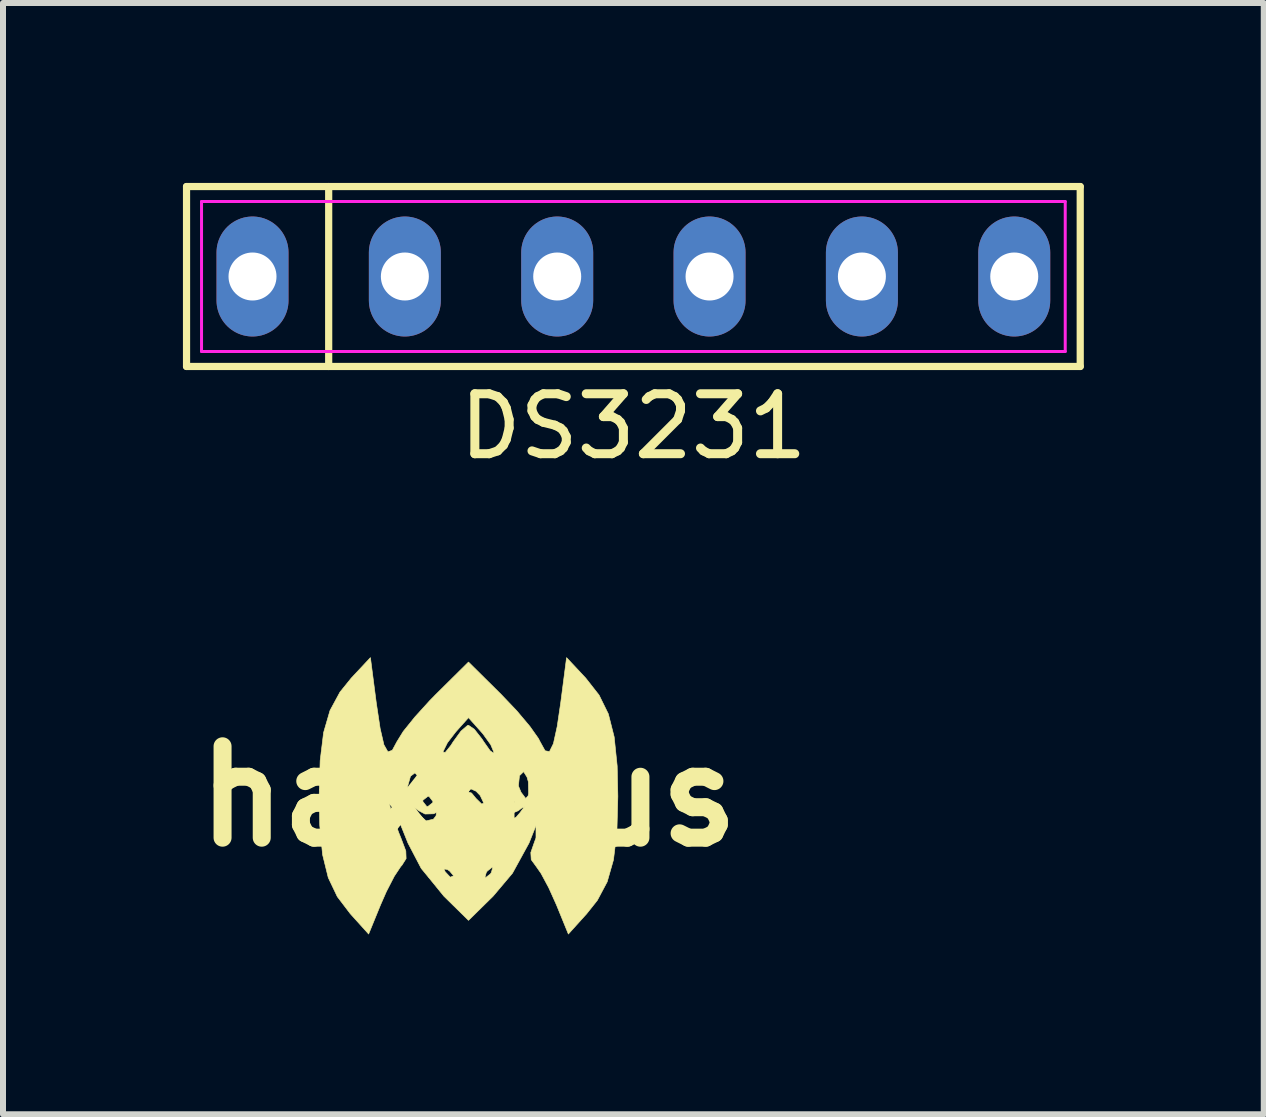
<source format=kicad_pcb>
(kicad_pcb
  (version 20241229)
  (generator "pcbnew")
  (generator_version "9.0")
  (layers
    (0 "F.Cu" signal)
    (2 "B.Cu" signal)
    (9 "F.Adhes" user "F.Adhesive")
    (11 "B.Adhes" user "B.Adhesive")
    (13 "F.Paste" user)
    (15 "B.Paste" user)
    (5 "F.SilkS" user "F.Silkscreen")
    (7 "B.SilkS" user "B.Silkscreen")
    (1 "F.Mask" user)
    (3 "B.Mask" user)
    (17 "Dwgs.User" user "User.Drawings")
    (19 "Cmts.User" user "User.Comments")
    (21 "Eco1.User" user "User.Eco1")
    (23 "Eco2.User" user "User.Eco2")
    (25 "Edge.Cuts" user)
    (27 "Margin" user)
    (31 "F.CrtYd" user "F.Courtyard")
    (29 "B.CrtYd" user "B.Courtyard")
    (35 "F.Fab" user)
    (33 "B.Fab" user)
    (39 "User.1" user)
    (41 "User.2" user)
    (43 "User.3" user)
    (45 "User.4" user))
  (footprint "DS3231"
    (layer "F.Cu")
    (at 7.51 1.56)
    (property "Reference" "DS3231" (at 0 2.5 0) (layer "F.SilkS") (effects (font (size 1 1) (thickness 0.15))))
    (attr through_hole)
    (fp_line (start -7.45 -1.5) (end 7.45 -1.5) (stroke (width 0.12) (type solid)) (layer "F.SilkS"))
    (fp_line (start -7.45 1.5) (end -7.45 -1.5) (stroke (width 0.12) (type solid)) (layer "F.SilkS"))
    (fp_line (start -5.08 -1.5) (end -5.08 1.5) (stroke (width 0.12) (type solid)) (layer "F.SilkS"))
    (fp_line (start 7.45 -1.5) (end 7.45 1.5) (stroke (width 0.12) (type solid)) (layer "F.SilkS"))
    (fp_line (start 7.45 1.5) (end -7.45 1.5) (stroke (width 0.12) (type solid)) (layer "F.SilkS"))
    (fp_line (start -7.2 -1.25) (end 7.2 -1.25) (stroke (width 0.05) (type solid)) (layer "F.CrtYd"))
    (fp_line (start -7.2 1.25) (end -7.2 -1.25) (stroke (width 0.05) (type solid)) (layer "F.CrtYd"))
    (fp_line (start 7.2 -1.25) (end 7.2 1.25) (stroke (width 0.05) (type solid)) (layer "F.CrtYd"))
    (fp_line (start 7.2 1.25) (end -7.2 1.25) (stroke (width 0.05) (type solid)) (layer "F.CrtYd"))
    (pad "1" thru_hole oval (at -6.35 0) (size 1.2 2) (drill 0.8) (layers "*.Cu" "*.Mask"))
    (pad "2" thru_hole oval (at -3.81 0) (size 1.2 2) (drill 0.8) (layers "*.Cu" "*.Mask"))
    (pad "3" thru_hole oval (at -1.27 0) (size 1.2 2) (drill 0.8) (layers "*.Cu" "*.Mask"))
    (pad "4" thru_hole oval (at 1.27 0) (size 1.2 2) (drill 0.8) (layers "*.Cu" "*.Mask"))
    (pad "5" thru_hole oval (at 3.81 0) (size 1.2 2) (drill 0.8) (layers "*.Cu" "*.Mask"))
    (pad "6" thru_hole oval (at 6.35 0) (size 1.2 2) (drill 0.8) (layers "*.Cu" "*.Mask")))
  (footprint "haxorus"
    (layer "F.Cu")
    (at 4.761 10.227)
    (property "Reference" "haxorus" (at 0 0 0) (layer "F.SilkS") (effects (font (size 1.524 1.524) (thickness 0.3))))
    (attr through_hole)
    (fp_poly (pts (xy 1.955 -1.971) (xy 2.177 -1.688) (xy 2.332 -1.373) (xy 2.429 -0.99) (xy 2.479 -0.505) (xy 2.49 0) (xy 2.474 0.595) (xy 2.417 1.059) (xy 2.312 1.426) (xy 2.148 1.734) (xy 1.971 1.957) (xy 1.665 2.296) (xy 1.467 1.811) (xy 1.338 1.524) (xy 1.209 1.284) (xy 1.13 1.171) (xy 1.046 1.056) (xy 1.039 0.937) (xy 1.106 0.744) (xy 1.125 0.699) (xy 1.206 0.491) (xy 1.274 0.289) (xy 1.32 0.129) (xy 1.333 0.044) (xy 1.306 0.069) (xy 1.277 0.127) (xy 1.204 0.296) (xy 1.097 0.558) (xy 1.009 0.779) (xy 0.733 1.282) (xy 0.41 1.665) (xy 0 2.068) (xy -0.41 1.665) (xy -0.667 1.349) (xy 0.275 1.349) (xy 0.286 1.355) (xy 0.364 1.295) (xy 0.381 1.27) (xy 0.403 1.191) (xy 0.391 1.185) (xy 0.314 1.245) (xy 0.296 1.27) (xy 0.275 1.349) (xy -0.667 1.349) (xy -0.781 1.21) (xy -0.41 1.21) (xy -0.389 1.257) (xy -0.304 1.348) (xy -0.255 1.329) (xy -0.254 1.317) (xy -0.314 1.246) (xy -0.352 1.22) (xy -0.41 1.21) (xy -0.781 1.21) (xy -0.79 1.198) (xy -1.009 0.779) (xy -1.125 0.49) (xy -1.226 0.244) (xy -1.259 0.17) (xy -0.926 0.17) (xy -0.904 0.215) (xy -0.857 0.275) (xy -0.707 0.409) (xy -0.585 0.381) (xy -0.542 0.326) (xy -0.534 0.277) (xy 0.522 0.277) (xy 0.542 0.326) (xy 0.656 0.417) (xy 0.794 0.348) (xy 0.857 0.275) (xy 0.931 0.175) (xy 0.888 0.195) (xy 0.829 0.24) (xy 0.672 0.306) (xy 0.583 0.291) (xy 0.522 0.277) (xy -0.534 0.277) (xy -0.532 0.268) (xy -0.583 0.291) (xy -0.724 0.295) (xy -0.829 0.24) (xy -0.926 0.17) (xy -1.259 0.17) (xy -1.277 0.127) (xy -1.301 0.085) (xy -0.762 0.085) (xy -0.698 0.167) (xy -0.677 0.169) (xy -0.603 0.111) (xy -0.254 0.111) (xy -0.213 0.124) (xy -0.127 0.037) (xy -0.025 -0.077) (xy 0.05 -0.056) (xy 0.127 0.037) (xy 0.221 0.129) (xy 0.254 0.111) (xy 0.242 0.085) (xy 0.593 0.085) (xy 0.657 0.167) (xy 0.677 0.169) (xy 0.76 0.105) (xy 0.762 0.085) (xy 0.698 0.002) (xy 0.677 0) (xy 0.595 0.064) (xy 0.593 0.085) (xy 0.242 0.085) (xy 0.195 -0.014) (xy 0.127 -0.085) (xy -0.009 -0.147) (xy -0.127 -0.085) (xy -0.234 0.046) (xy -0.254 0.111) (xy -0.603 0.111) (xy -0.595 0.105) (xy -0.593 0.085) (xy -0.657 0.002) (xy -0.677 0) (xy -0.76 0.064) (xy -0.762 0.085) (xy -1.301 0.085) (xy -1.326 0.04) (xy -1.33 0.079) (xy -1.298 0.209) (xy -1.24 0.396) (xy -1.163 0.605) (xy -1.125 0.699) (xy -1.045 0.911) (xy -1.04 1.038) (xy -1.11 1.149) (xy -1.13 1.171) (xy -1.237 1.332) (xy -1.369 1.588) (xy -1.467 1.811) (xy -1.665 2.296) (xy -1.971 1.957) (xy -2.187 1.673) (xy -2.338 1.356) (xy -2.433 0.971) (xy -2.48 0.483) (xy -2.49 0) (xy -2.487 -0.106) (xy -1.016 -0.106) (xy -1.008 0.045) (xy -0.966 0.043) (xy -0.898 -0.044) (xy -0.84 -0.174) (xy 0.832 -0.174) (xy 0.876 -0.068) (xy 0.954 0.035) (xy 0.993 -0.007) (xy 1.002 -0.044) (xy 0.998 -0.242) (xy 0.976 -0.32) (xy 0.919 -0.411) (xy 0.85 -0.344) (xy 0.85 -0.344) (xy 0.832 -0.174) (xy -0.84 -0.174) (xy -0.822 -0.212) (xy -0.823 -0.313) (xy -0.893 -0.391) (xy -0.967 -0.335) (xy -1.012 -0.177) (xy -1.016 -0.106) (xy -2.487 -0.106) (xy -2.473 -0.597) (xy -2.456 -0.736) (xy -0.423 -0.736) (xy -0.386 -0.734) (xy -0.293 -0.85) (xy -0.255 -0.91) (xy -0.125 -1.088) (xy -0.017 -1.181) (xy 0 -1.185) (xy 0.097 -1.119) (xy 0.225 -0.956) (xy 0.255 -0.91) (xy 0.36 -0.761) (xy 0.418 -0.72) (xy 0.423 -0.736) (xy 0.371 -0.861) (xy 0.242 -1.04) (xy 0.212 -1.075) (xy 0 -1.312) (xy -0.212 -1.075) (xy -0.351 -0.894) (xy -0.421 -0.753) (xy -0.423 -0.736) (xy -2.456 -0.736) (xy -2.416 -1.063) (xy -2.309 -1.431) (xy -2.143 -1.738) (xy -1.955 -1.971) (xy -1.635 -2.313) (xy -1.538 -1.564) (xy -1.473 -1.131) (xy -1.41 -0.859) (xy -1.343 -0.741) (xy -1.27 -0.769) (xy -1.193 -0.912) (xy -1.088 -1.082) (xy -0.893 -1.324) (xy -0.646 -1.596) (xy -0.546 -1.698) (xy 0 -2.239) (xy 0.546 -1.698) (xy 0.805 -1.426) (xy 1.023 -1.167) (xy 1.166 -0.965) (xy 1.193 -0.912) (xy 1.277 -0.76) (xy 1.35 -0.746) (xy 1.416 -0.879) (xy 1.479 -1.165) (xy 1.538 -1.564) (xy 1.635 -2.313) (xy 1.955 -1.971)) (stroke (width 0.01) (type solid)) (fill yes) (layer "F.SilkS")))
  (gr_rect
    (start -3 -3)
    (end 18.02 15.528)
    (stroke (width 0.1) (type default))
    (fill no)
    (layer "Edge.Cuts")))
</source>
